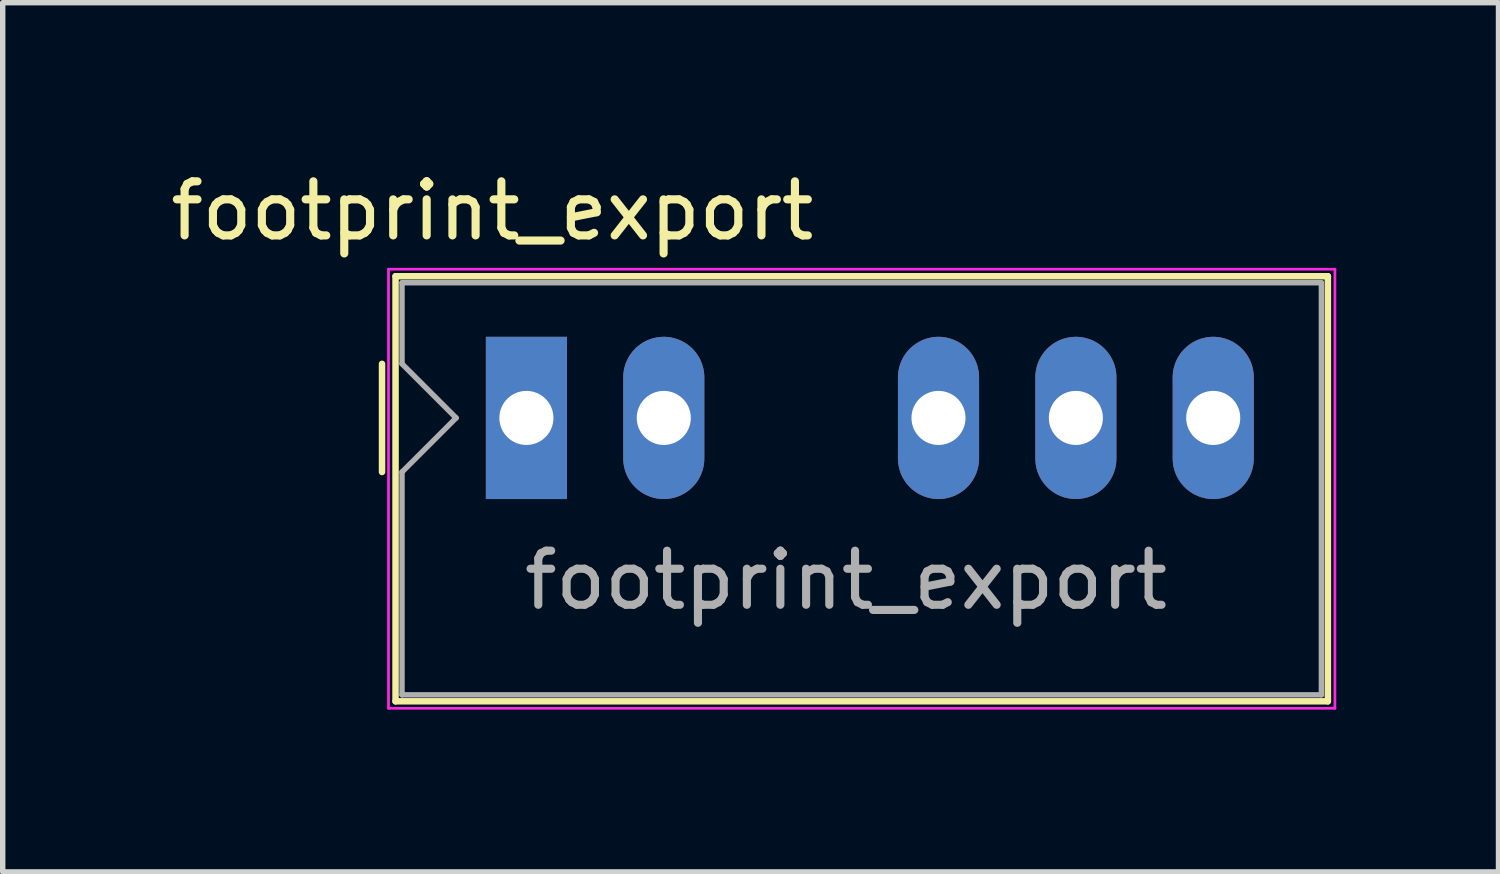
<source format=kicad_pcb>
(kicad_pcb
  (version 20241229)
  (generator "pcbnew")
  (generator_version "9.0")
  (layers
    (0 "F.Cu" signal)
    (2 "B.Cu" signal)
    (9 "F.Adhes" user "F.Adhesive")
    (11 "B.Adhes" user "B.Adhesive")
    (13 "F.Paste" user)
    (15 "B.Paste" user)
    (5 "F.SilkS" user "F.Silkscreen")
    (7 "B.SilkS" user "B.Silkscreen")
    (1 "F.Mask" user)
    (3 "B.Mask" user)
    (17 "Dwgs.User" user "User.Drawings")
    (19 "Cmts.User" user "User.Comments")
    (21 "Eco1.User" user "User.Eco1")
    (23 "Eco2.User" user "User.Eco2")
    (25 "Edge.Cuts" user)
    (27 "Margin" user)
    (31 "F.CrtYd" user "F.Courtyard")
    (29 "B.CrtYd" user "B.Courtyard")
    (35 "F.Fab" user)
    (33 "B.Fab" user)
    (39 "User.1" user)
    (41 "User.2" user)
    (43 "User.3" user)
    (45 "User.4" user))
  (footprint "footprint_export"
    (layer "F.Cu")
    (at 6.684 4.678)
    (property "Reference" "footprint_export" (at -0.63 -3.83 0) (layer "F.SilkS") (effects (font (size 1 1) (thickness 0.15))))
    (attr through_hole)
    (fp_line (start -2.67 -1) (end -2.67 1) (stroke (width 0.12) (type solid)) (layer "F.SilkS"))
    (fp_line (start -2.42 -2.62) (end 14.82 -2.62) (stroke (width 0.12) (type solid)) (layer "F.SilkS"))
    (fp_line (start -2.42 5.24) (end -2.42 -2.62) (stroke (width 0.12) (type solid)) (layer "F.SilkS"))
    (fp_line (start 14.82 -2.62) (end 14.82 5.24) (stroke (width 0.12) (type solid)) (layer "F.SilkS"))
    (fp_line (start 14.82 5.24) (end -2.42 5.24) (stroke (width 0.12) (type solid)) (layer "F.SilkS"))
    (fp_line (start -2.55 -2.75) (end -2.55 5.37) (stroke (width 0.05) (type solid)) (layer "F.CrtYd"))
    (fp_line (start -2.55 -2.75) (end 14.95 -2.75) (stroke (width 0.05) (type solid)) (layer "F.CrtYd"))
    (fp_line (start -2.55 5.37) (end 14.95 5.37) (stroke (width 0.05) (type solid)) (layer "F.CrtYd"))
    (fp_line (start 14.95 -2.75) (end 14.95 5.37) (stroke (width 0.05) (type solid)) (layer "F.CrtYd"))
    (fp_line (start -2.3 -1) (end -2.3 -2.5) (stroke (width 0.1) (type solid)) (layer "F.Fab"))
    (fp_line (start -2.3 -1) (end -1.3 0) (stroke (width 0.1) (type solid)) (layer "F.Fab"))
    (fp_line (start -2.3 1) (end -2.3 5.12) (stroke (width 0.1) (type solid)) (layer "F.Fab"))
    (fp_line (start -1.3 0) (end -2.3 1) (stroke (width 0.1) (type solid)) (layer "F.Fab"))
    (fp_line (start 14.7 -2.5) (end -2.3 -2.5) (stroke (width 0.1) (type solid)) (layer "F.Fab"))
    (fp_line (start 14.7 -2.5) (end 14.7 5.12) (stroke (width 0.1) (type solid)) (layer "F.Fab"))
    (fp_line (start 14.7 5.12) (end -2.3 5.12) (stroke (width 0.1) (type solid)) (layer "F.Fab"))
    (fp_text user "${REFERENCE}" (at 5.91 3 0) (layer "F.Fab") (effects (font (size 1 1) (thickness 0.15))))
    (pad "1" thru_hole rect (at 0 0) (size 1.5 3) (drill 1) (layers "*.Cu" "*.Mask"))
    (pad "2" thru_hole oval (at 2.54 0) (size 1.5 3) (drill 1) (layers "*.Cu" "*.Mask"))
    (pad "4" thru_hole oval (at 7.62 0) (size 1.5 3) (drill 1) (layers "*.Cu" "*.Mask"))
    (pad "5" thru_hole oval (at 10.16 0) (size 1.5 3) (drill 1) (layers "*.Cu" "*.Mask"))
    (pad "6" thru_hole oval (at 12.7 0) (size 1.5 3) (drill 1) (layers "*.Cu" "*.Mask")))
  (gr_rect
    (start -3 -3)
    (end 24.659 13.073)
    (stroke (width 0.1) (type default))
    (fill no)
    (layer "Edge.Cuts")))
</source>
